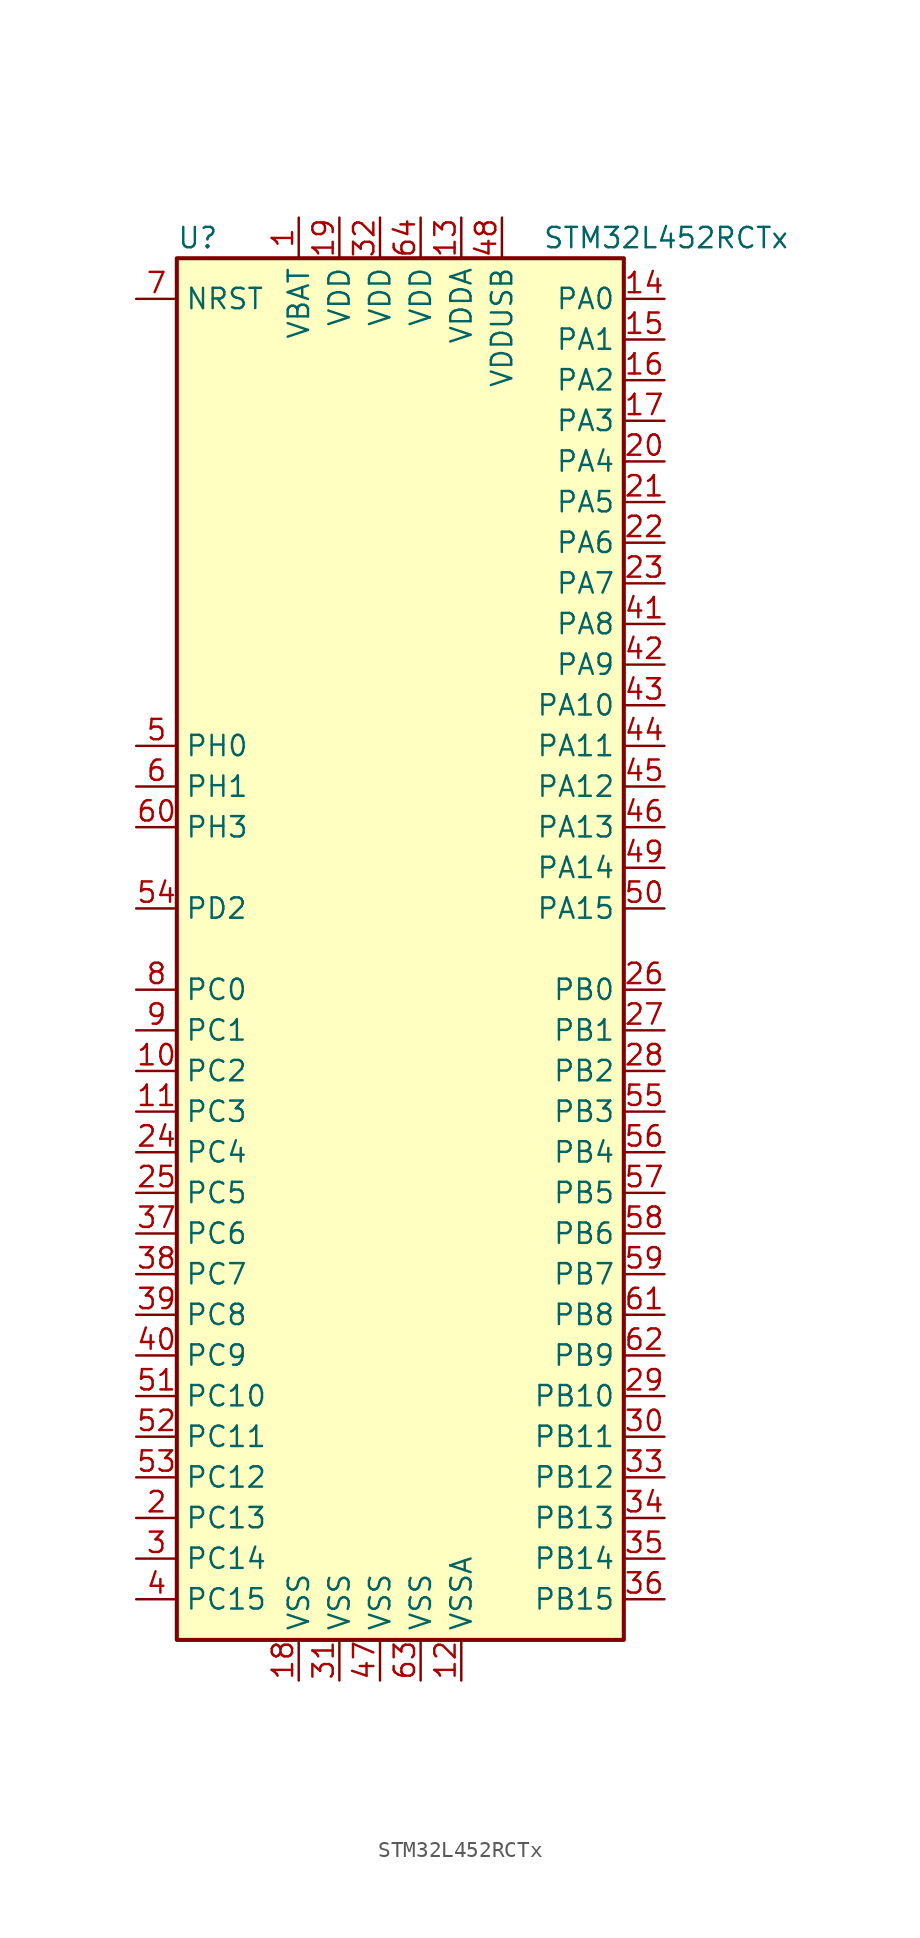
<source format=kicad_sym>
(kicad_symbol_lib
  (version 20201005)
  (generator kicad_symbol_editor)
  (symbol "STM32L452RCTx"
    (property "Reference" "U"
      (at -15.24 44.45 0)
      (effects (font (size 1.27 1.27)) (justify left)))
    (property "Value" "STM32L452RCTx"
      (at 7.62 44.45 0)
      (effects (font (size 1.27 1.27)) (justify left)))
    (symbol "STM32L452RCTx_0_1"
      (rectangle (start -15.24 -43.18) (end 12.7 43.18) (stroke (width 0.254)) (fill (type background))))
    (symbol "STM32L452RCTx_1_1"
      (pin power_in line (at -7.62 45.72 270) (length 2.54) (name "VBAT" (effects (font (size 1.27 1.27)))) (number "1" (effects (font (size 1.27 1.27)))))
      (pin bidirectional line (at -17.78 -7.62 0) (length 2.54) (name "PC2" (effects (font (size 1.27 1.27)))) (number "10" (effects (font (size 1.27 1.27)))))
      (pin bidirectional line (at -17.78 -10.16 0) (length 2.54) (name "PC3" (effects (font (size 1.27 1.27)))) (number "11" (effects (font (size 1.27 1.27)))))
      (pin power_in line (at 2.54 -45.72 90) (length 2.54) (name "VSSA" (effects (font (size 1.27 1.27)))) (number "12" (effects (font (size 1.27 1.27)))))
      (pin power_in line (at 2.54 45.72 270) (length 2.54) (name "VDDA" (effects (font (size 1.27 1.27)))) (number "13" (effects (font (size 1.27 1.27)))))
      (pin bidirectional line (at 15.24 40.64 180) (length 2.54) (name "PA0" (effects (font (size 1.27 1.27)))) (number "14" (effects (font (size 1.27 1.27)))))
      (pin bidirectional line (at 15.24 38.1 180) (length 2.54) (name "PA1" (effects (font (size 1.27 1.27)))) (number "15" (effects (font (size 1.27 1.27)))))
      (pin bidirectional line (at 15.24 35.56 180) (length 2.54) (name "PA2" (effects (font (size 1.27 1.27)))) (number "16" (effects (font (size 1.27 1.27)))))
      (pin bidirectional line (at 15.24 33.02 180) (length 2.54) (name "PA3" (effects (font (size 1.27 1.27)))) (number "17" (effects (font (size 1.27 1.27)))))
      (pin power_in line (at -7.62 -45.72 90) (length 2.54) (name "VSS" (effects (font (size 1.27 1.27)))) (number "18" (effects (font (size 1.27 1.27)))))
      (pin power_in line (at -5.08 45.72 270) (length 2.54) (name "VDD" (effects (font (size 1.27 1.27)))) (number "19" (effects (font (size 1.27 1.27)))))
      (pin bidirectional line (at -17.78 -35.56 0) (length 2.54) (name "PC13" (effects (font (size 1.27 1.27)))) (number "2" (effects (font (size 1.27 1.27)))))
      (pin bidirectional line (at 15.24 30.48 180) (length 2.54) (name "PA4" (effects (font (size 1.27 1.27)))) (number "20" (effects (font (size 1.27 1.27)))))
      (pin bidirectional line (at 15.24 27.94 180) (length 2.54) (name "PA5" (effects (font (size 1.27 1.27)))) (number "21" (effects (font (size 1.27 1.27)))))
      (pin bidirectional line (at 15.24 25.4 180) (length 2.54) (name "PA6" (effects (font (size 1.27 1.27)))) (number "22" (effects (font (size 1.27 1.27)))))
      (pin bidirectional line (at 15.24 22.86 180) (length 2.54) (name "PA7" (effects (font (size 1.27 1.27)))) (number "23" (effects (font (size 1.27 1.27)))))
      (pin bidirectional line (at -17.78 -12.7 0) (length 2.54) (name "PC4" (effects (font (size 1.27 1.27)))) (number "24" (effects (font (size 1.27 1.27)))))
      (pin bidirectional line (at -17.78 -15.24 0) (length 2.54) (name "PC5" (effects (font (size 1.27 1.27)))) (number "25" (effects (font (size 1.27 1.27)))))
      (pin bidirectional line (at 15.24 -2.54 180) (length 2.54) (name "PB0" (effects (font (size 1.27 1.27)))) (number "26" (effects (font (size 1.27 1.27)))))
      (pin bidirectional line (at 15.24 -5.08 180) (length 2.54) (name "PB1" (effects (font (size 1.27 1.27)))) (number "27" (effects (font (size 1.27 1.27)))))
      (pin bidirectional line (at 15.24 -7.62 180) (length 2.54) (name "PB2" (effects (font (size 1.27 1.27)))) (number "28" (effects (font (size 1.27 1.27)))))
      (pin bidirectional line (at 15.24 -27.94 180) (length 2.54) (name "PB10" (effects (font (size 1.27 1.27)))) (number "29" (effects (font (size 1.27 1.27)))))
      (pin bidirectional line (at -17.78 -38.1 0) (length 2.54) (name "PC14" (effects (font (size 1.27 1.27)))) (number "3" (effects (font (size 1.27 1.27)))))
      (pin bidirectional line (at 15.24 -30.48 180) (length 2.54) (name "PB11" (effects (font (size 1.27 1.27)))) (number "30" (effects (font (size 1.27 1.27)))))
      (pin power_in line (at -5.08 -45.72 90) (length 2.54) (name "VSS" (effects (font (size 1.27 1.27)))) (number "31" (effects (font (size 1.27 1.27)))))
      (pin power_in line (at -2.54 45.72 270) (length 2.54) (name "VDD" (effects (font (size 1.27 1.27)))) (number "32" (effects (font (size 1.27 1.27)))))
      (pin bidirectional line (at 15.24 -33.02 180) (length 2.54) (name "PB12" (effects (font (size 1.27 1.27)))) (number "33" (effects (font (size 1.27 1.27)))))
      (pin bidirectional line (at 15.24 -35.56 180) (length 2.54) (name "PB13" (effects (font (size 1.27 1.27)))) (number "34" (effects (font (size 1.27 1.27)))))
      (pin bidirectional line (at 15.24 -38.1 180) (length 2.54) (name "PB14" (effects (font (size 1.27 1.27)))) (number "35" (effects (font (size 1.27 1.27)))))
      (pin bidirectional line (at 15.24 -40.64 180) (length 2.54) (name "PB15" (effects (font (size 1.27 1.27)))) (number "36" (effects (font (size 1.27 1.27)))))
      (pin bidirectional line (at -17.78 -17.78 0) (length 2.54) (name "PC6" (effects (font (size 1.27 1.27)))) (number "37" (effects (font (size 1.27 1.27)))))
      (pin bidirectional line (at -17.78 -20.32 0) (length 2.54) (name "PC7" (effects (font (size 1.27 1.27)))) (number "38" (effects (font (size 1.27 1.27)))))
      (pin bidirectional line (at -17.78 -22.86 0) (length 2.54) (name "PC8" (effects (font (size 1.27 1.27)))) (number "39" (effects (font (size 1.27 1.27)))))
      (pin bidirectional line (at -17.78 -40.64 0) (length 2.54) (name "PC15" (effects (font (size 1.27 1.27)))) (number "4" (effects (font (size 1.27 1.27)))))
      (pin bidirectional line (at -17.78 -25.4 0) (length 2.54) (name "PC9" (effects (font (size 1.27 1.27)))) (number "40" (effects (font (size 1.27 1.27)))))
      (pin bidirectional line (at 15.24 20.32 180) (length 2.54) (name "PA8" (effects (font (size 1.27 1.27)))) (number "41" (effects (font (size 1.27 1.27)))))
      (pin bidirectional line (at 15.24 17.78 180) (length 2.54) (name "PA9" (effects (font (size 1.27 1.27)))) (number "42" (effects (font (size 1.27 1.27)))))
      (pin bidirectional line (at 15.24 15.24 180) (length 2.54) (name "PA10" (effects (font (size 1.27 1.27)))) (number "43" (effects (font (size 1.27 1.27)))))
      (pin bidirectional line (at 15.24 12.7 180) (length 2.54) (name "PA11" (effects (font (size 1.27 1.27)))) (number "44" (effects (font (size 1.27 1.27)))))
      (pin bidirectional line (at 15.24 10.16 180) (length 2.54) (name "PA12" (effects (font (size 1.27 1.27)))) (number "45" (effects (font (size 1.27 1.27)))))
      (pin bidirectional line (at 15.24 7.62 180) (length 2.54) (name "PA13" (effects (font (size 1.27 1.27)))) (number "46" (effects (font (size 1.27 1.27)))))
      (pin power_in line (at -2.54 -45.72 90) (length 2.54) (name "VSS" (effects (font (size 1.27 1.27)))) (number "47" (effects (font (size 1.27 1.27)))))
      (pin power_in line (at 5.08 45.72 270) (length 2.54) (name "VDDUSB" (effects (font (size 1.27 1.27)))) (number "48" (effects (font (size 1.27 1.27)))))
      (pin bidirectional line (at 15.24 5.08 180) (length 2.54) (name "PA14" (effects (font (size 1.27 1.27)))) (number "49" (effects (font (size 1.27 1.27)))))
      (pin input line (at -17.78 12.7 0) (length 2.54) (name "PH0" (effects (font (size 1.27 1.27)))) (number "5" (effects (font (size 1.27 1.27)))))
      (pin bidirectional line (at 15.24 2.54 180) (length 2.54) (name "PA15" (effects (font (size 1.27 1.27)))) (number "50" (effects (font (size 1.27 1.27)))))
      (pin bidirectional line (at -17.78 -27.94 0) (length 2.54) (name "PC10" (effects (font (size 1.27 1.27)))) (number "51" (effects (font (size 1.27 1.27)))))
      (pin bidirectional line (at -17.78 -30.48 0) (length 2.54) (name "PC11" (effects (font (size 1.27 1.27)))) (number "52" (effects (font (size 1.27 1.27)))))
      (pin bidirectional line (at -17.78 -33.02 0) (length 2.54) (name "PC12" (effects (font (size 1.27 1.27)))) (number "53" (effects (font (size 1.27 1.27)))))
      (pin bidirectional line (at -17.78 2.54 0) (length 2.54) (name "PD2" (effects (font (size 1.27 1.27)))) (number "54" (effects (font (size 1.27 1.27)))))
      (pin bidirectional line (at 15.24 -10.16 180) (length 2.54) (name "PB3" (effects (font (size 1.27 1.27)))) (number "55" (effects (font (size 1.27 1.27)))))
      (pin bidirectional line (at 15.24 -12.7 180) (length 2.54) (name "PB4" (effects (font (size 1.27 1.27)))) (number "56" (effects (font (size 1.27 1.27)))))
      (pin bidirectional line (at 15.24 -15.24 180) (length 2.54) (name "PB5" (effects (font (size 1.27 1.27)))) (number "57" (effects (font (size 1.27 1.27)))))
      (pin bidirectional line (at 15.24 -17.78 180) (length 2.54) (name "PB6" (effects (font (size 1.27 1.27)))) (number "58" (effects (font (size 1.27 1.27)))))
      (pin bidirectional line (at 15.24 -20.32 180) (length 2.54) (name "PB7" (effects (font (size 1.27 1.27)))) (number "59" (effects (font (size 1.27 1.27)))))
      (pin input line (at -17.78 10.16 0) (length 2.54) (name "PH1" (effects (font (size 1.27 1.27)))) (number "6" (effects (font (size 1.27 1.27)))))
      (pin bidirectional line (at -17.78 7.62 0) (length 2.54) (name "PH3" (effects (font (size 1.27 1.27)))) (number "60" (effects (font (size 1.27 1.27)))))
      (pin bidirectional line (at 15.24 -22.86 180) (length 2.54) (name "PB8" (effects (font (size 1.27 1.27)))) (number "61" (effects (font (size 1.27 1.27)))))
      (pin bidirectional line (at 15.24 -25.4 180) (length 2.54) (name "PB9" (effects (font (size 1.27 1.27)))) (number "62" (effects (font (size 1.27 1.27)))))
      (pin power_in line (at 0 -45.72 90) (length 2.54) (name "VSS" (effects (font (size 1.27 1.27)))) (number "63" (effects (font (size 1.27 1.27)))))
      (pin power_in line (at 0 45.72 270) (length 2.54) (name "VDD" (effects (font (size 1.27 1.27)))) (number "64" (effects (font (size 1.27 1.27)))))
      (pin input line (at -17.78 40.64 0) (length 2.54) (name "NRST" (effects (font (size 1.27 1.27)))) (number "7" (effects (font (size 1.27 1.27)))))
      (pin bidirectional line (at -17.78 -2.54 0) (length 2.54) (name "PC0" (effects (font (size 1.27 1.27)))) (number "8" (effects (font (size 1.27 1.27)))))
      (pin bidirectional line (at -17.78 -5.08 0) (length 2.54) (name "PC1" (effects (font (size 1.27 1.27)))) (number "9" (effects (font (size 1.27 1.27))))))))
</source>
